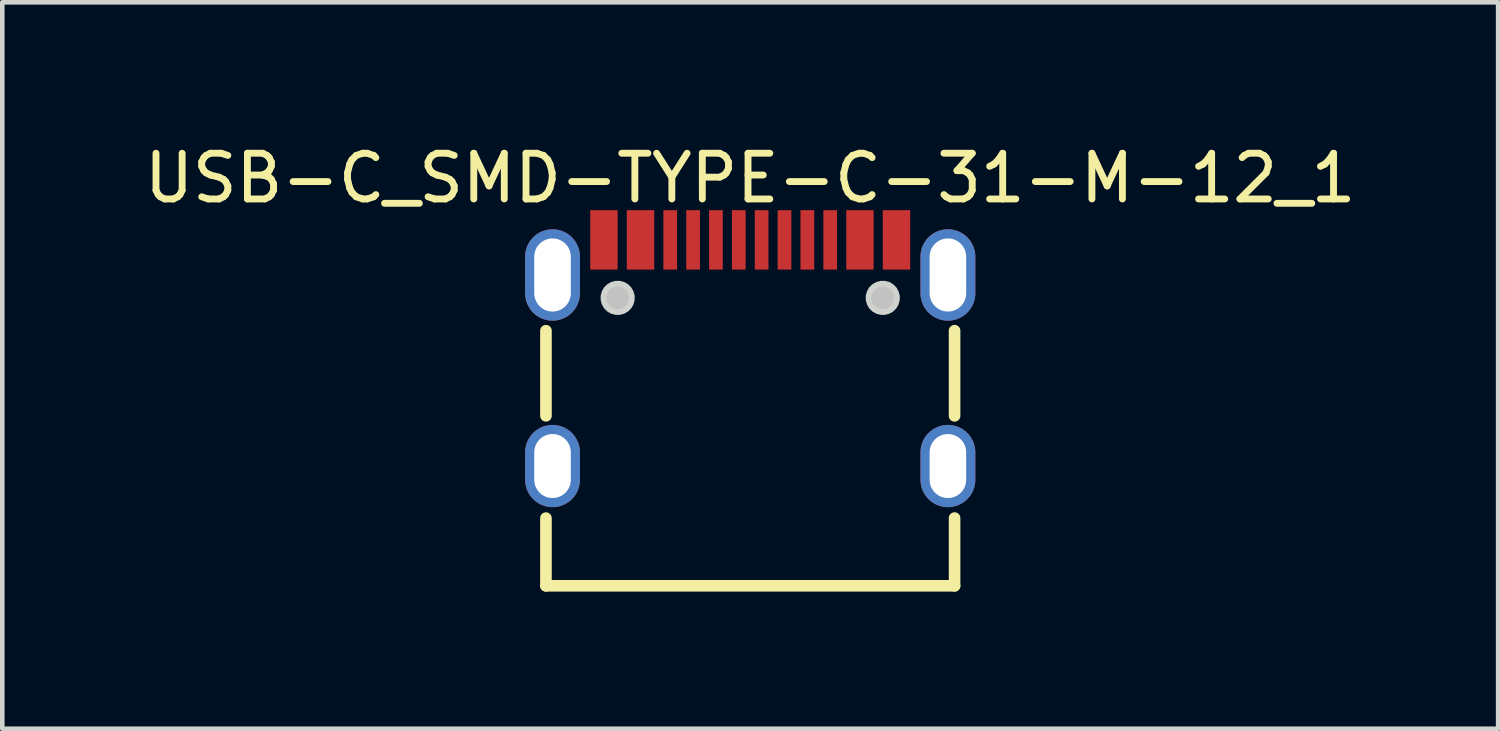
<source format=kicad_pcb>
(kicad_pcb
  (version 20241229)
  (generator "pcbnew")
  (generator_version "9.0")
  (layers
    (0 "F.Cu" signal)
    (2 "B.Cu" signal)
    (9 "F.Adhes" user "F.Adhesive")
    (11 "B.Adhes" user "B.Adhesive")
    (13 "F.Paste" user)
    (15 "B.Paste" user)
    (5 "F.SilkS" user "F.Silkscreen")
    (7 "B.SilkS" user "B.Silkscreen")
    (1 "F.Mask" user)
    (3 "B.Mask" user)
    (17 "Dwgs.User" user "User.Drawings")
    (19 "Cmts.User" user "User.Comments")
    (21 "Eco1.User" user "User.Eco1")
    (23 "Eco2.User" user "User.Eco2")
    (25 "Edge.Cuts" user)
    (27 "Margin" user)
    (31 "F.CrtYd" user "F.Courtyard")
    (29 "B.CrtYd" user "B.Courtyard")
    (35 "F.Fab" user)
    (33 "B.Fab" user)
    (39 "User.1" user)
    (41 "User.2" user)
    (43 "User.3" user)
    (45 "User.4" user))
  (footprint "USB-C_SMD-TYPE-C-31-M-12_1"
    (layer "F.Cu")
    (at 13.363 4.672)
    (property "Reference" "USB-C_SMD-TYPE-C-31-M-12_1" (at 0 -3.824 0) (layer "F.SilkS") (effects (font (size 1 1) (thickness 0.15))))
    (fp_line (start -4.469 1.375) (end -4.469 -0.487) (stroke (width 0.254) (type default)) (layer "F.SilkS"))
    (fp_line (start -4.469 5.094) (end -4.469 3.613) (stroke (width 0.254) (type default)) (layer "F.SilkS"))
    (fp_line (start 4.471 1.376) (end 4.471 -0.487) (stroke (width 0.254) (type default)) (layer "F.SilkS"))
    (fp_line (start 4.471 5.094) (end -4.469 5.094) (stroke (width 0.254) (type default)) (layer "F.SilkS"))
    (fp_line (start 4.471 5.094) (end 4.471 3.612) (stroke (width 0.254) (type default)) (layer "F.SilkS"))
    (fp_poly (pts (xy -1.6 -1.824) (xy -1.6 -3.124) (xy -1.9 -3.124) (xy -1.9 -1.824)) (stroke (width 0) (type default)) (fill yes) (layer "F.Paste"))
    (fp_poly (pts (xy -1.4 -3.124) (xy -1.4 -1.824) (xy -1.1 -1.824) (xy -1.1 -3.124)) (stroke (width 0) (type default)) (fill yes) (layer "F.Paste"))
    (fp_poly (pts (xy -0.6 -1.824) (xy -0.6 -3.124) (xy -0.9 -3.124) (xy -0.9 -1.824)) (stroke (width 0) (type default)) (fill yes) (layer "F.Paste"))
    (fp_poly (pts (xy -0.1 -1.824) (xy -0.1 -3.124) (xy -0.4 -3.124) (xy -0.4 -1.824)) (stroke (width 0) (type default)) (fill yes) (layer "F.Paste"))
    (fp_poly (pts (xy 0.4 -1.824) (xy 0.4 -3.124) (xy 0.1 -3.124) (xy 0.1 -1.824)) (stroke (width 0) (type default)) (fill yes) (layer "F.Paste"))
    (fp_poly (pts (xy 0.9 -1.824) (xy 0.9 -3.124) (xy 0.6 -3.124) (xy 0.6 -1.824)) (stroke (width 0) (type default)) (fill yes) (layer "F.Paste"))
    (fp_poly (pts (xy 1.399 -1.824) (xy 1.399 -3.124) (xy 1.099 -3.124) (xy 1.099 -1.824)) (stroke (width 0) (type default)) (fill yes) (layer "F.Paste"))
    (fp_poly (pts (xy 1.9 -1.824) (xy 1.9 -3.124) (xy 1.6 -3.124) (xy 1.6 -1.824)) (stroke (width 0) (type default)) (fill yes) (layer "F.Paste"))
    (fp_poly (pts (xy -2.9 -1.824) (xy -2.9 -3.124) (xy -3.2 -3.124) (xy -3.5 -3.124) (xy -3.5 -1.824) (xy -3.2 -1.824)) (stroke (width 0) (type default)) (fill yes) (layer "F.Paste"))
    (fp_poly (pts (xy -2.1 -1.824) (xy -2.1 -3.124) (xy -2.4 -3.124) (xy -2.7 -3.124) (xy -2.7 -1.824) (xy -2.4 -1.824)) (stroke (width 0) (type default)) (fill yes) (layer "F.Paste"))
    (fp_poly (pts (xy 2.7 -1.824) (xy 2.7 -3.124) (xy 2.4 -3.124) (xy 2.1 -3.124) (xy 2.1 -1.824) (xy 2.4 -1.824)) (stroke (width 0) (type default)) (fill yes) (layer "F.Paste"))
    (fp_poly (pts (xy 3.5 -1.824) (xy 3.5 -3.124) (xy 3.2 -3.124) (xy 2.9 -3.124) (xy 2.9 -1.824) (xy 3.2 -1.824)) (stroke (width 0) (type default)) (fill yes) (layer "F.Paste"))
    (fp_poly (pts (xy -4.34 1.575) (xy -4.37 1.576) (xy -4.399 1.579) (xy -4.429 1.583) (xy -4.458 1.589) (xy -4.487 1.597) (xy -4.516 1.605) (xy -4.545 1.615) (xy -4.572 1.627) (xy -4.599 1.64) (xy -4.625 1.655) (xy -4.651 1.67) (xy -4.676 1.687) (xy -4.699 1.705) (xy -4.722 1.724) (xy -4.744 1.744) (xy -4.765 1.766) (xy -4.785 1.788) (xy -4.803 1.812) (xy -4.821 1.836) (xy -4.837 1.861) (xy -4.852 1.887) (xy -4.865 1.914) (xy -4.878 1.941) (xy -4.889 1.969) (xy -4.899 1.998) (xy -4.907 2.026) (xy -4.913 2.055) (xy -4.918 2.084) (xy -4.922 2.115) (xy -4.925 2.144) (xy -4.925 2.174) (xy -4.925 2.774) (xy -4.925 2.804) (xy -4.922 2.834) (xy -4.918 2.864) (xy -4.913 2.893) (xy -4.907 2.922) (xy -4.899 2.951) (xy -4.889 2.979) (xy -4.878 3.007) (xy -4.865 3.034) (xy -4.852 3.061) (xy -4.837 3.087) (xy -4.821 3.112) (xy -4.803 3.136) (xy -4.785 3.16) (xy -4.765 3.183) (xy -4.744 3.204) (xy -4.722 3.224) (xy -4.699 3.243) (xy -4.676 3.261) (xy -4.651 3.278) (xy -4.625 3.294) (xy -4.599 3.308) (xy -4.572 3.321) (xy -4.545 3.333) (xy -4.516 3.343) (xy -4.487 3.352) (xy -4.458 3.359) (xy -4.429 3.365) (xy -4.399 3.369) (xy -4.37 3.373) (xy -4.34 3.374) (xy -4.31 3.374) (xy -4.28 3.373) (xy -4.25 3.369) (xy -4.221 3.365) (xy -4.191 3.359) (xy -4.162 3.352) (xy -4.134 3.343) (xy -4.106 3.333) (xy -4.079 3.321) (xy -4.051 3.308) (xy -4.025 3.294) (xy -3.999 3.278) (xy -3.975 3.261) (xy -3.951 3.243) (xy -3.928 3.224) (xy -3.906 3.204) (xy -3.885 3.183) (xy -3.865 3.16) (xy -3.847 3.136) (xy -3.829 3.112) (xy -3.813 3.087) (xy -3.798 3.061) (xy -3.784 3.034) (xy -3.772 3.007) (xy -3.761 2.979) (xy -3.752 2.951) (xy -3.744 2.922) (xy -3.737 2.893) (xy -3.732 2.864) (xy -3.728 2.834) (xy -3.726 2.804) (xy -3.725 2.774) (xy -3.725 2.174) (xy -3.726 2.144) (xy -3.728 2.115) (xy -3.732 2.084) (xy -3.737 2.055) (xy -3.744 2.026) (xy -3.752 1.998) (xy -3.761 1.969) (xy -3.772 1.941) (xy -3.784 1.914) (xy -3.798 1.887) (xy -3.813 1.861) (xy -3.829 1.836) (xy -3.847 1.812) (xy -3.865 1.788) (xy -3.885 1.766) (xy -3.906 1.744) (xy -3.928 1.724) (xy -3.951 1.705) (xy -3.975 1.687) (xy -3.999 1.67) (xy -4.025 1.655) (xy -4.051 1.64) (xy -4.079 1.627) (xy -4.106 1.615) (xy -4.134 1.605) (xy -4.162 1.597) (xy -4.191 1.589) (xy -4.221 1.583) (xy -4.25 1.579) (xy -4.28 1.576) (xy -4.31 1.575)) (stroke (width 0) (type default)) (fill yes) (layer "F.Paste"))
    (fp_poly (pts (xy -4.28 -2.704) (xy -4.31 -2.705) (xy -4.34 -2.705) (xy -4.37 -2.704) (xy -4.399 -2.701) (xy -4.429 -2.696) (xy -4.458 -2.691) (xy -4.487 -2.683) (xy -4.516 -2.675) (xy -4.545 -2.664) (xy -4.572 -2.652) (xy -4.599 -2.639) (xy -4.625 -2.626) (xy -4.651 -2.61) (xy -4.676 -2.593) (xy -4.699 -2.575) (xy -4.722 -2.555) (xy -4.744 -2.535) (xy -4.765 -2.514) (xy -4.785 -2.491) (xy -4.803 -2.468) (xy -4.821 -2.443) (xy -4.837 -2.418) (xy -4.852 -2.393) (xy -4.865 -2.366) (xy -4.878 -2.339) (xy -4.889 -2.311) (xy -4.899 -2.283) (xy -4.907 -2.254) (xy -4.913 -2.224) (xy -4.918 -2.195) (xy -4.922 -2.166) (xy -4.925 -2.135) (xy -4.925 -2.106) (xy -4.925 -1.306) (xy -4.925 -1.276) (xy -4.922 -1.246) (xy -4.918 -1.216) (xy -4.913 -1.187) (xy -4.907 -1.157) (xy -4.899 -1.129) (xy -4.889 -1.101) (xy -4.878 -1.073) (xy -4.865 -1.046) (xy -4.852 -1.019) (xy -4.837 -0.993) (xy -4.821 -0.968) (xy -4.803 -0.944) (xy -4.785 -0.92) (xy -4.765 -0.897) (xy -4.744 -0.876) (xy -4.722 -0.856) (xy -4.699 -0.837) (xy -4.676 -0.819) (xy -4.651 -0.801) (xy -4.625 -0.786) (xy -4.599 -0.772) (xy -4.572 -0.759) (xy -4.545 -0.747) (xy -4.516 -0.737) (xy -4.487 -0.728) (xy -4.458 -0.721) (xy -4.429 -0.715) (xy -4.399 -0.711) (xy -4.37 -0.708) (xy -4.34 -0.706) (xy -4.31 -0.706) (xy -4.28 -0.708) (xy -4.25 -0.711) (xy -4.221 -0.715) (xy -4.191 -0.721) (xy -4.162 -0.728) (xy -4.134 -0.737) (xy -4.106 -0.747) (xy -4.079 -0.759) (xy -4.051 -0.772) (xy -4.025 -0.786) (xy -3.999 -0.801) (xy -3.975 -0.819) (xy -3.951 -0.837) (xy -3.928 -0.856) (xy -3.906 -0.876) (xy -3.885 -0.897) (xy -3.865 -0.92) (xy -3.847 -0.944) (xy -3.829 -0.968) (xy -3.813 -0.993) (xy -3.798 -1.019) (xy -3.784 -1.046) (xy -3.772 -1.073) (xy -3.761 -1.101) (xy -3.752 -1.129) (xy -3.744 -1.157) (xy -3.737 -1.187) (xy -3.732 -1.216) (xy -3.728 -1.246) (xy -3.726 -1.276) (xy -3.725 -1.306) (xy -3.725 -2.106) (xy -3.726 -2.135) (xy -3.728 -2.166) (xy -3.732 -2.195) (xy -3.737 -2.224) (xy -3.744 -2.254) (xy -3.752 -2.283) (xy -3.761 -2.311) (xy -3.772 -2.339) (xy -3.784 -2.366) (xy -3.798 -2.393) (xy -3.813 -2.418) (xy -3.829 -2.443) (xy -3.847 -2.468) (xy -3.865 -2.491) (xy -3.885 -2.514) (xy -3.906 -2.535) (xy -3.928 -2.555) (xy -3.951 -2.575) (xy -3.975 -2.593) (xy -3.999 -2.61) (xy -4.025 -2.626) (xy -4.051 -2.639) (xy -4.079 -2.652) (xy -4.106 -2.664) (xy -4.134 -2.675) (xy -4.162 -2.683) (xy -4.191 -2.691) (xy -4.221 -2.696) (xy -4.25 -2.701)) (stroke (width 0) (type default)) (fill yes) (layer "F.Paste"))
    (fp_poly (pts (xy 4.37 -2.704) (xy 4.34 -2.705) (xy 4.31 -2.705) (xy 4.28 -2.704) (xy 4.25 -2.701) (xy 4.221 -2.696) (xy 4.191 -2.691) (xy 4.162 -2.683) (xy 4.134 -2.675) (xy 4.106 -2.664) (xy 4.079 -2.652) (xy 4.051 -2.639) (xy 4.025 -2.626) (xy 3.999 -2.61) (xy 3.975 -2.593) (xy 3.951 -2.575) (xy 3.928 -2.555) (xy 3.906 -2.535) (xy 3.885 -2.514) (xy 3.865 -2.491) (xy 3.847 -2.468) (xy 3.829 -2.443) (xy 3.813 -2.418) (xy 3.798 -2.393) (xy 3.784 -2.366) (xy 3.772 -2.339) (xy 3.761 -2.311) (xy 3.752 -2.283) (xy 3.744 -2.254) (xy 3.737 -2.224) (xy 3.732 -2.195) (xy 3.728 -2.166) (xy 3.726 -2.135) (xy 3.725 -2.106) (xy 3.725 -1.306) (xy 3.726 -1.276) (xy 3.728 -1.246) (xy 3.732 -1.216) (xy 3.737 -1.187) (xy 3.744 -1.157) (xy 3.752 -1.129) (xy 3.761 -1.101) (xy 3.772 -1.073) (xy 3.784 -1.046) (xy 3.798 -1.019) (xy 3.813 -0.993) (xy 3.829 -0.968) (xy 3.847 -0.944) (xy 3.865 -0.92) (xy 3.885 -0.897) (xy 3.906 -0.876) (xy 3.928 -0.856) (xy 3.951 -0.837) (xy 3.975 -0.819) (xy 3.999 -0.801) (xy 4.025 -0.786) (xy 4.051 -0.772) (xy 4.079 -0.759) (xy 4.106 -0.747) (xy 4.134 -0.737) (xy 4.162 -0.728) (xy 4.191 -0.721) (xy 4.221 -0.715) (xy 4.25 -0.711) (xy 4.28 -0.708) (xy 4.31 -0.706) (xy 4.34 -0.706) (xy 4.37 -0.708) (xy 4.399 -0.711) (xy 4.429 -0.715) (xy 4.458 -0.721) (xy 4.487 -0.728) (xy 4.516 -0.737) (xy 4.545 -0.747) (xy 4.572 -0.759) (xy 4.599 -0.772) (xy 4.625 -0.786) (xy 4.651 -0.801) (xy 4.676 -0.819) (xy 4.699 -0.837) (xy 4.722 -0.856) (xy 4.744 -0.876) (xy 4.765 -0.897) (xy 4.785 -0.92) (xy 4.803 -0.944) (xy 4.821 -0.968) (xy 4.837 -0.993) (xy 4.852 -1.019) (xy 4.865 -1.046) (xy 4.878 -1.073) (xy 4.889 -1.101) (xy 4.899 -1.129) (xy 4.907 -1.157) (xy 4.913 -1.187) (xy 4.918 -1.216) (xy 4.922 -1.246) (xy 4.925 -1.276) (xy 4.925 -1.306) (xy 4.925 -2.106) (xy 4.925 -2.135) (xy 4.922 -2.166) (xy 4.918 -2.195) (xy 4.913 -2.224) (xy 4.907 -2.254) (xy 4.899 -2.283) (xy 4.889 -2.311) (xy 4.878 -2.339) (xy 4.865 -2.366) (xy 4.852 -2.393) (xy 4.837 -2.418) (xy 4.821 -2.443) (xy 4.803 -2.468) (xy 4.785 -2.491) (xy 4.765 -2.514) (xy 4.744 -2.535) (xy 4.722 -2.555) (xy 4.699 -2.575) (xy 4.676 -2.593) (xy 4.651 -2.61) (xy 4.625 -2.626) (xy 4.599 -2.639) (xy 4.572 -2.652) (xy 4.545 -2.664) (xy 4.516 -2.675) (xy 4.487 -2.683) (xy 4.458 -2.691) (xy 4.429 -2.696) (xy 4.399 -2.701)) (stroke (width 0) (type default)) (fill yes) (layer "F.Paste"))
    (fp_poly (pts (xy 4.37 1.576) (xy 4.34 1.575) (xy 4.31 1.575) (xy 4.28 1.576) (xy 4.25 1.579) (xy 4.221 1.583) (xy 4.191 1.589) (xy 4.162 1.597) (xy 4.134 1.605) (xy 4.106 1.615) (xy 4.079 1.627) (xy 4.051 1.64) (xy 4.025 1.655) (xy 3.999 1.67) (xy 3.975 1.687) (xy 3.951 1.705) (xy 3.928 1.724) (xy 3.906 1.744) (xy 3.885 1.766) (xy 3.865 1.788) (xy 3.847 1.812) (xy 3.829 1.836) (xy 3.813 1.861) (xy 3.798 1.887) (xy 3.784 1.914) (xy 3.772 1.941) (xy 3.761 1.969) (xy 3.752 1.998) (xy 3.744 2.026) (xy 3.737 2.055) (xy 3.732 2.084) (xy 3.728 2.115) (xy 3.726 2.144) (xy 3.725 2.174) (xy 3.725 2.774) (xy 3.726 2.804) (xy 3.728 2.834) (xy 3.732 2.864) (xy 3.737 2.893) (xy 3.744 2.922) (xy 3.752 2.951) (xy 3.761 2.979) (xy 3.772 3.007) (xy 3.784 3.034) (xy 3.798 3.061) (xy 3.813 3.087) (xy 3.829 3.112) (xy 3.847 3.136) (xy 3.865 3.16) (xy 3.885 3.183) (xy 3.906 3.204) (xy 3.928 3.224) (xy 3.951 3.243) (xy 3.975 3.261) (xy 3.999 3.278) (xy 4.025 3.294) (xy 4.051 3.308) (xy 4.079 3.321) (xy 4.106 3.333) (xy 4.134 3.343) (xy 4.162 3.352) (xy 4.191 3.359) (xy 4.221 3.365) (xy 4.25 3.369) (xy 4.28 3.373) (xy 4.31 3.374) (xy 4.34 3.374) (xy 4.37 3.373) (xy 4.399 3.369) (xy 4.429 3.365) (xy 4.458 3.359) (xy 4.487 3.352) (xy 4.516 3.343) (xy 4.545 3.333) (xy 4.572 3.321) (xy 4.599 3.308) (xy 4.625 3.294) (xy 4.651 3.278) (xy 4.676 3.261) (xy 4.699 3.243) (xy 4.722 3.224) (xy 4.744 3.204) (xy 4.765 3.183) (xy 4.785 3.16) (xy 4.803 3.136) (xy 4.821 3.112) (xy 4.837 3.087) (xy 4.852 3.061) (xy 4.865 3.034) (xy 4.878 3.007) (xy 4.889 2.979) (xy 4.899 2.951) (xy 4.907 2.922) (xy 4.913 2.893) (xy 4.918 2.864) (xy 4.922 2.834) (xy 4.925 2.804) (xy 4.925 2.774) (xy 4.925 2.174) (xy 4.925 2.144) (xy 4.922 2.115) (xy 4.918 2.084) (xy 4.913 2.055) (xy 4.907 2.026) (xy 4.899 1.998) (xy 4.889 1.969) (xy 4.878 1.941) (xy 4.865 1.914) (xy 4.852 1.887) (xy 4.837 1.861) (xy 4.821 1.836) (xy 4.803 1.812) (xy 4.785 1.788) (xy 4.765 1.766) (xy 4.744 1.744) (xy 4.722 1.724) (xy 4.699 1.705) (xy 4.676 1.687) (xy 4.651 1.67) (xy 4.625 1.655) (xy 4.599 1.64) (xy 4.572 1.627) (xy 4.545 1.615) (xy 4.516 1.605) (xy 4.487 1.597) (xy 4.458 1.589) (xy 4.429 1.583) (xy 4.399 1.579)) (stroke (width 0) (type default)) (fill yes) (layer "F.Paste"))
    (fp_circle (center -2.9 -1.206) (end -2.775 -1.206) (stroke (width 0.25) (type default)) (fill no) (layer "Dwgs.User"))
    (fp_circle (center 2.9 -1.206) (end 3.025 -1.206) (stroke (width 0.25) (type default)) (fill no) (layer "Dwgs.User"))
    (fp_poly (pts (xy -2.528 -1.254) (xy -2.554 -1.349) (xy -2.602 -1.434) (xy -2.672 -1.503) (xy -2.756 -1.552) (xy -2.851 -1.577) (xy -2.949 -1.577) (xy -3.044 -1.552) (xy -3.128 -1.503) (xy -3.198 -1.434) (xy -3.246 -1.349) (xy -3.272 -1.254) (xy -3.272 -1.157) (xy -3.246 -1.062) (xy -3.198 -0.977) (xy -3.128 -0.908) (xy -3.044 -0.859) (xy -2.949 -0.834) (xy -2.851 -0.834) (xy -2.756 -0.859) (xy -2.672 -0.908) (xy -2.602 -0.977) (xy -2.554 -1.062) (xy -2.528 -1.157)) (stroke (width 0) (type default)) (fill yes) (layer "Edge.Cuts"))
    (fp_poly (pts (xy 3.272 -1.254) (xy 3.246 -1.349) (xy 3.198 -1.434) (xy 3.128 -1.503) (xy 3.044 -1.552) (xy 2.949 -1.577) (xy 2.851 -1.577) (xy 2.756 -1.552) (xy 2.672 -1.503) (xy 2.602 -1.434) (xy 2.554 -1.349) (xy 2.528 -1.254) (xy 2.528 -1.157) (xy 2.554 -1.062) (xy 2.602 -0.977) (xy 2.672 -0.908) (xy 2.756 -0.859) (xy 2.851 -0.834) (xy 2.949 -0.834) (xy 3.044 -0.859) (xy 3.128 -0.908) (xy 3.198 -0.977) (xy 3.246 -1.062) (xy 3.272 -1.157)) (stroke (width 0) (type default)) (fill yes) (layer "Edge.Cuts"))
    (fp_poly (pts (xy -4.475 -2.256) (xy -4.175 -2.256) (xy -4.175 -1.155) (xy -4.475 -1.155)) (stroke (width 0.1) (type default)) (fill no) (layer "User.1"))
    (fp_poly (pts (xy -4.475 2.075) (xy -4.175 2.075) (xy -4.175 2.874) (xy -4.475 2.874)) (stroke (width 0.1) (type default)) (fill no) (layer "User.1"))
    (fp_poly (pts (xy -3.4 -2.756) (xy -3 -2.756) (xy -3 -2.056) (xy -3.4 -2.056)) (stroke (width 0.1) (type default)) (fill no) (layer "User.1"))
    (fp_poly (pts (xy -2.6 -2.756) (xy -2.2 -2.756) (xy -2.2 -2.056) (xy -2.6 -2.056)) (stroke (width 0.1) (type default)) (fill no) (layer "User.1"))
    (fp_poly (pts (xy -1.85 -2.756) (xy -1.65 -2.756) (xy -1.65 -2.056) (xy -1.85 -2.056)) (stroke (width 0.1) (type default)) (fill no) (layer "User.1"))
    (fp_poly (pts (xy -1.35 -2.756) (xy -1.15 -2.756) (xy -1.15 -2.056) (xy -1.35 -2.056)) (stroke (width 0.1) (type default)) (fill no) (layer "User.1"))
    (fp_poly (pts (xy -0.85 -2.756) (xy -0.65 -2.756) (xy -0.65 -2.056) (xy -0.85 -2.056)) (stroke (width 0.1) (type default)) (fill no) (layer "User.1"))
    (fp_poly (pts (xy -0.35 -2.756) (xy -0.15 -2.756) (xy -0.15 -2.056) (xy -0.35 -2.056)) (stroke (width 0.1) (type default)) (fill no) (layer "User.1"))
    (fp_poly (pts (xy 0.15 -2.756) (xy 0.35 -2.756) (xy 0.35 -2.056) (xy 0.15 -2.056)) (stroke (width 0.1) (type default)) (fill no) (layer "User.1"))
    (fp_poly (pts (xy 0.65 -2.756) (xy 0.85 -2.756) (xy 0.85 -2.056) (xy 0.65 -2.056)) (stroke (width 0.1) (type default)) (fill no) (layer "User.1"))
    (fp_poly (pts (xy 1.149 -2.756) (xy 1.349 -2.756) (xy 1.349 -2.056) (xy 1.149 -2.056)) (stroke (width 0.1) (type default)) (fill no) (layer "User.1"))
    (fp_poly (pts (xy 1.65 -2.756) (xy 1.85 -2.756) (xy 1.85 -2.056) (xy 1.65 -2.056)) (stroke (width 0.1) (type default)) (fill no) (layer "User.1"))
    (fp_poly (pts (xy 2.2 -2.756) (xy 2.6 -2.756) (xy 2.6 -2.056) (xy 2.2 -2.056)) (stroke (width 0.1) (type default)) (fill no) (layer "User.1"))
    (fp_poly (pts (xy 3 -2.756) (xy 3.4 -2.756) (xy 3.4 -2.056) (xy 3 -2.056)) (stroke (width 0.1) (type default)) (fill no) (layer "User.1"))
    (fp_poly (pts (xy 4.175 -2.256) (xy 4.475 -2.256) (xy 4.475 -1.155) (xy 4.175 -1.155)) (stroke (width 0.1) (type default)) (fill no) (layer "User.1"))
    (fp_poly (pts (xy 4.175 2.075) (xy 4.475 2.075) (xy 4.475 2.874) (xy 4.175 2.874)) (stroke (width 0.1) (type default)) (fill no) (layer "User.1"))
    (fp_line (start -4.47 -2.256) (end 4.47 -2.256) (stroke (width 0.051) (type default)) (layer "User.2"))
    (fp_line (start -4.47 5.094) (end -4.47 -2.256) (stroke (width 0.051) (type default)) (layer "User.2"))
    (fp_line (start 4.47 -2.256) (end 4.47 5.094) (stroke (width 0.051) (type default)) (layer "User.2"))
    (fp_line (start 4.47 5.094) (end -4.47 5.094) (stroke (width 0.051) (type default)) (layer "User.2"))
    (fp_poly (pts (xy 4.53 -2.779) (xy 4.498 -2.811) (xy 4.452 -2.811) (xy 4.42 -2.779) (xy 4.42 -2.733) (xy 4.452 -2.701) (xy 4.498 -2.701) (xy 4.53 -2.733)) (stroke (width 0.1) (type default)) (fill no) (layer "User.3"))
    (pad "1" thru_hole oval (at 4.325 -1.706) (size 1.2 2) (drill oval 0.8 1.6) (layers "*.Cu" "*.Mask"))
    (pad "2" thru_hole oval (at 4.325 2.474) (size 1.2 1.8) (drill oval 0.8 1.4) (layers "*.Cu" "*.Mask"))
    (pad "3" thru_hole oval (at -4.325 2.474) (size 1.2 1.8) (drill oval 0.8 1.4) (layers "*.Cu" "*.Mask"))
    (pad "4" thru_hole oval (at -4.325 -1.706) (size 1.2 2) (drill oval 0.8 1.6) (layers "*.Cu" "*.Mask"))
    (pad "A1B12" smd custom (at -3.2 -2.474) (size 0.000001 0.000001) (layers "F.Cu" "F.Mask" "F.Paste") (options (anchor circle)) (primitives (gr_poly (pts (xy 0.3 0.65) (xy 0.3 -0.65) (xy 0 -0.65) (xy -0.3 -0.65) (xy -0.3 0.65) (xy 0 0.65)) (width 0) (fill yes))))
    (pad "A4B9" smd custom (at -2.4 -2.474) (size 0.000001 0.000001) (layers "F.Cu" "F.Mask" "F.Paste") (options (anchor circle)) (primitives (gr_poly (pts (xy 0.3 0.65) (xy 0.3 -0.65) (xy 0 -0.65) (xy -0.3 -0.65) (xy -0.3 0.65) (xy 0 0.65)) (width 0) (fill yes))))
    (pad "A5" smd rect (at -1.25 -2.474) (size 0.3 1.3) (layers "F.Cu" "F.Mask" "F.Paste"))
    (pad "A6" smd rect (at -0.25 -2.474) (size 0.3 1.3) (layers "F.Cu" "F.Mask" "F.Paste"))
    (pad "A7" smd rect (at 0.25 -2.474) (size 0.3 1.3) (layers "F.Cu" "F.Mask" "F.Paste"))
    (pad "A8" smd rect (at 1.25 -2.474) (size 0.3 1.3) (layers "F.Cu" "F.Mask" "F.Paste"))
    (pad "B1A12" smd custom (at 3.2 -2.474) (size 0.000001 0.000001) (layers "F.Cu" "F.Mask" "F.Paste") (options (anchor circle)) (primitives (gr_poly (pts (xy -0.3 -0.65) (xy -0.3 0.65) (xy 0 0.65) (xy 0.3 0.65) (xy 0.3 -0.65) (xy 0 -0.65)) (width 0) (fill yes))))
    (pad "B4A9" smd custom (at 2.401 -2.474) (size 0.000001 0.000001) (layers "F.Cu" "F.Mask" "F.Paste") (options (anchor circle)) (primitives (gr_poly (pts (xy 0.299 0.65) (xy 0.299 -0.65) (xy -0.001 -0.65) (xy -0.3 -0.65) (xy -0.3 0.65) (xy -0.001 0.65)) (width 0) (fill yes))))
    (pad "B5" smd rect (at 1.75 -2.474) (size 0.3 1.3) (layers "F.Cu" "F.Mask" "F.Paste"))
    (pad "B6" smd rect (at 0.75 -2.474) (size 0.3 1.3) (layers "F.Cu" "F.Mask" "F.Paste"))
    (pad "B7" smd rect (at -0.75 -2.474) (size 0.3 1.3) (layers "F.Cu" "F.Mask" "F.Paste"))
    (pad "B8" smd rect (at -1.75 -2.474) (size 0.3 1.3) (layers "F.Cu" "F.Mask" "F.Paste")))
  (gr_rect
    (start -3 -3)
    (end 29.726 12.893)
    (stroke (width 0.1) (type default))
    (fill no)
    (layer "Edge.Cuts")))
</source>
